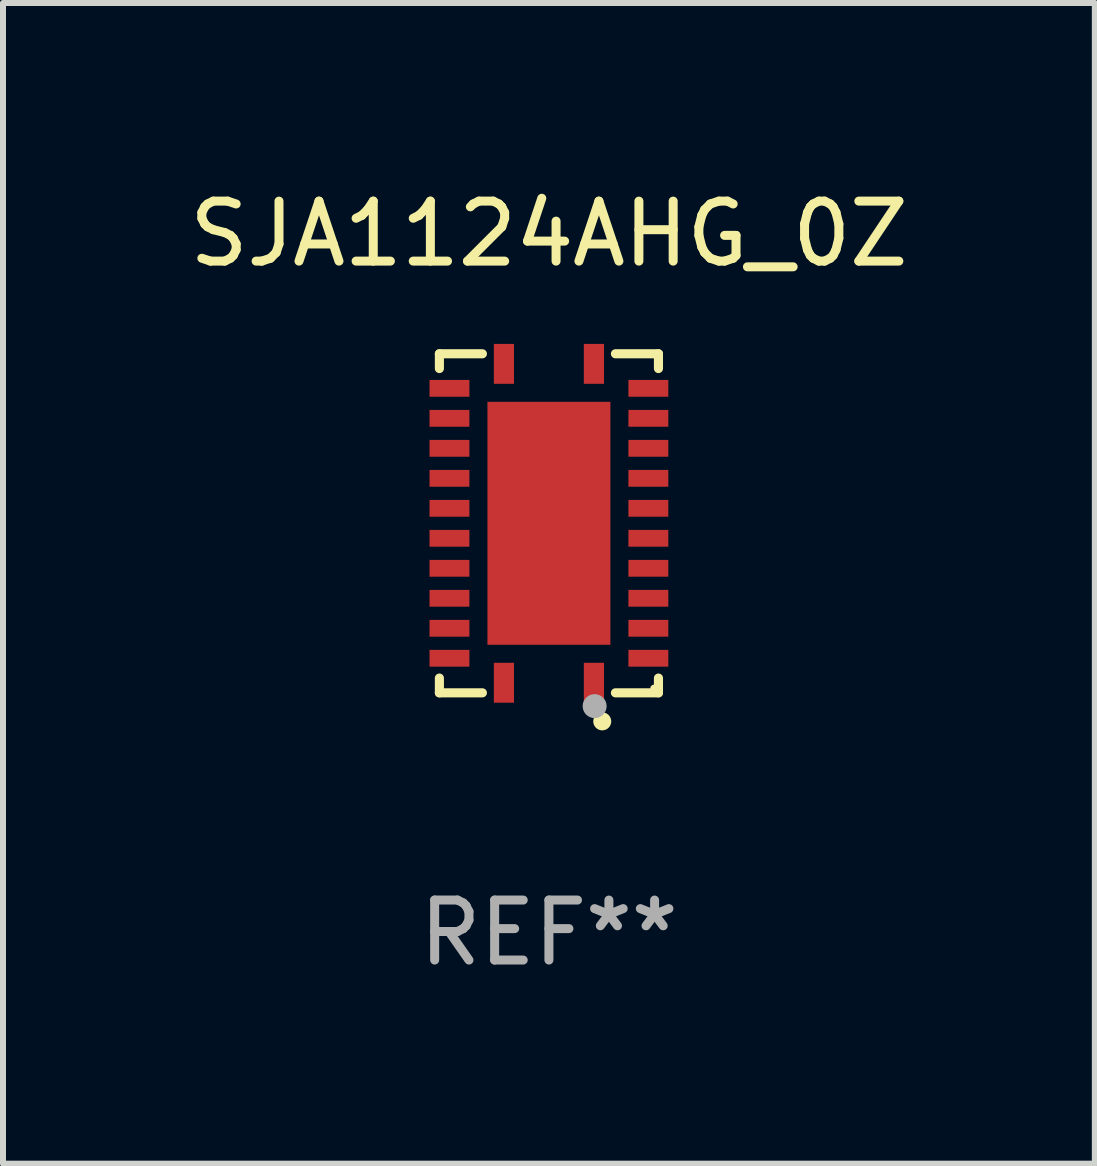
<source format=kicad_pcb>
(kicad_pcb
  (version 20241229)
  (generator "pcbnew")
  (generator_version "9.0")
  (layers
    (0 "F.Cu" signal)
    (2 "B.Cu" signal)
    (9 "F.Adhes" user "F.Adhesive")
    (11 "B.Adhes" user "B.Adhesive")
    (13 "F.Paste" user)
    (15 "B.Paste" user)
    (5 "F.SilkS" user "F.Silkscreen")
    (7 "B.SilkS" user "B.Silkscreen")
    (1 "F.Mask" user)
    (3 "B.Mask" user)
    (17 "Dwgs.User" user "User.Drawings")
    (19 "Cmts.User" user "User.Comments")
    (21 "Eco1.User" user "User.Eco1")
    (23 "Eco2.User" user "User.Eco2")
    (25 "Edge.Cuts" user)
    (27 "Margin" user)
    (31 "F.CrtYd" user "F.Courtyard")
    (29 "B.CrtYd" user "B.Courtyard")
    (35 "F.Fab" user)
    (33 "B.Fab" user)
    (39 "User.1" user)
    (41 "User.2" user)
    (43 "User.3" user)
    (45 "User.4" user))
  (footprint "SJA1124AHG_0Z"
    (layer "F.Cu")
    (at 6.101 5.674)
    (property "Reference" "SJA1124AHG_0Z" (at 0 -4.826 0) (layer "F.SilkS") (effects (font (size 1 1) (thickness 0.15))))
    (attr through_hole)
    (fp_line (start -1.826 -2.826) (end -1.826 -2.58) (stroke (width 0.152) (type solid)) (layer "F.SilkS"))
    (fp_line (start -1.826 2.826) (end -1.826 2.58) (stroke (width 0.152) (type solid)) (layer "F.SilkS"))
    (fp_line (start -1.109 -2.826) (end -1.826 -2.826) (stroke (width 0.152) (type solid)) (layer "F.SilkS"))
    (fp_line (start -1.109 2.826) (end -1.826 2.826) (stroke (width 0.152) (type solid)) (layer "F.SilkS"))
    (fp_line (start 1.109 -2.826) (end 1.826 -2.826) (stroke (width 0.152) (type solid)) (layer "F.SilkS"))
    (fp_line (start 1.109 2.826) (end 1.826 2.826) (stroke (width 0.152) (type solid)) (layer "F.SilkS"))
    (fp_line (start 1.826 -2.826) (end 1.826 -2.58) (stroke (width 0.152) (type solid)) (layer "F.SilkS"))
    (fp_line (start 1.826 2.826) (end 1.826 2.58) (stroke (width 0.152) (type solid)) (layer "F.SilkS"))
    (fp_circle (center 0.889 3.302) (end 0.964 3.302) (stroke (width 0.15) (type solid)) (fill no) (layer "F.SilkS"))
    (fp_circle (center 1.75 2.75) (end 1.78 2.75) (stroke (width 0.06) (type solid)) (fill no) (layer "F.SilkS"))
    (fp_circle (center 0.762 3.048) (end 0.862 3.048) (stroke (width 0.2) (type solid)) (fill no) (layer "F.Fab"))
    (fp_text user "REF**" (at 0 6.826 0) (layer "F.Fab") (effects (font (size 1 1) (thickness 0.15))))
    (pad "1" smd rect (at 0.75 2.658) (size 0.336 0.665) (layers "F.Cu" "F.Mask" "F.Paste"))
    (pad "2" smd rect (at 1.658 2.25) (size 0.665 0.28) (layers "F.Cu" "F.Mask" "F.Paste"))
    (pad "3" smd rect (at 1.658 1.75) (size 0.665 0.28) (layers "F.Cu" "F.Mask" "F.Paste"))
    (pad "4" smd rect (at 1.658 1.25) (size 0.665 0.28) (layers "F.Cu" "F.Mask" "F.Paste"))
    (pad "5" smd rect (at 1.658 0.75) (size 0.665 0.28) (layers "F.Cu" "F.Mask" "F.Paste"))
    (pad "6" smd rect (at 1.658 0.25) (size 0.665 0.28) (layers "F.Cu" "F.Mask" "F.Paste"))
    (pad "7" smd rect (at 1.658 -0.25) (size 0.665 0.28) (layers "F.Cu" "F.Mask" "F.Paste"))
    (pad "8" smd rect (at 1.658 -0.75) (size 0.665 0.28) (layers "F.Cu" "F.Mask" "F.Paste"))
    (pad "9" smd rect (at 1.658 -1.25) (size 0.665 0.28) (layers "F.Cu" "F.Mask" "F.Paste"))
    (pad "10" smd rect (at 1.658 -1.75) (size 0.665 0.28) (layers "F.Cu" "F.Mask" "F.Paste"))
    (pad "11" smd rect (at 1.658 -2.25) (size 0.665 0.28) (layers "F.Cu" "F.Mask" "F.Paste"))
    (pad "12" smd rect (at 0.75 -2.658) (size 0.336 0.665) (layers "F.Cu" "F.Mask" "F.Paste"))
    (pad "13" smd rect (at -0.75 -2.658) (size 0.336 0.665) (layers "F.Cu" "F.Mask" "F.Paste"))
    (pad "14" smd rect (at -1.658 -2.25) (size 0.665 0.28) (layers "F.Cu" "F.Mask" "F.Paste"))
    (pad "15" smd rect (at -1.658 -1.75) (size 0.665 0.28) (layers "F.Cu" "F.Mask" "F.Paste"))
    (pad "16" smd rect (at -1.658 -1.25) (size 0.665 0.28) (layers "F.Cu" "F.Mask" "F.Paste"))
    (pad "17" smd rect (at -1.658 -0.75) (size 0.665 0.28) (layers "F.Cu" "F.Mask" "F.Paste"))
    (pad "18" smd rect (at -1.658 -0.25) (size 0.665 0.28) (layers "F.Cu" "F.Mask" "F.Paste"))
    (pad "19" smd rect (at -1.658 0.25) (size 0.665 0.28) (layers "F.Cu" "F.Mask" "F.Paste"))
    (pad "20" smd rect (at -1.658 0.75) (size 0.665 0.28) (layers "F.Cu" "F.Mask" "F.Paste"))
    (pad "21" smd rect (at -1.658 1.25) (size 0.665 0.28) (layers "F.Cu" "F.Mask" "F.Paste"))
    (pad "22" smd rect (at -1.658 1.75) (size 0.665 0.28) (layers "F.Cu" "F.Mask" "F.Paste"))
    (pad "23" smd rect (at -1.658 2.25) (size 0.665 0.28) (layers "F.Cu" "F.Mask" "F.Paste"))
    (pad "24" smd rect (at -0.75 2.658) (size 0.336 0.665) (layers "F.Cu" "F.Mask" "F.Paste"))
    (pad "25" smd rect (at 0 0) (size 2.05 4.05) (layers "F.Cu" "F.Mask" "F.Paste")))
  (gr_rect
    (start -3 -3)
    (end 15.202 16.349)
    (stroke (width 0.1) (type default))
    (fill no)
    (layer "Edge.Cuts")))
</source>
